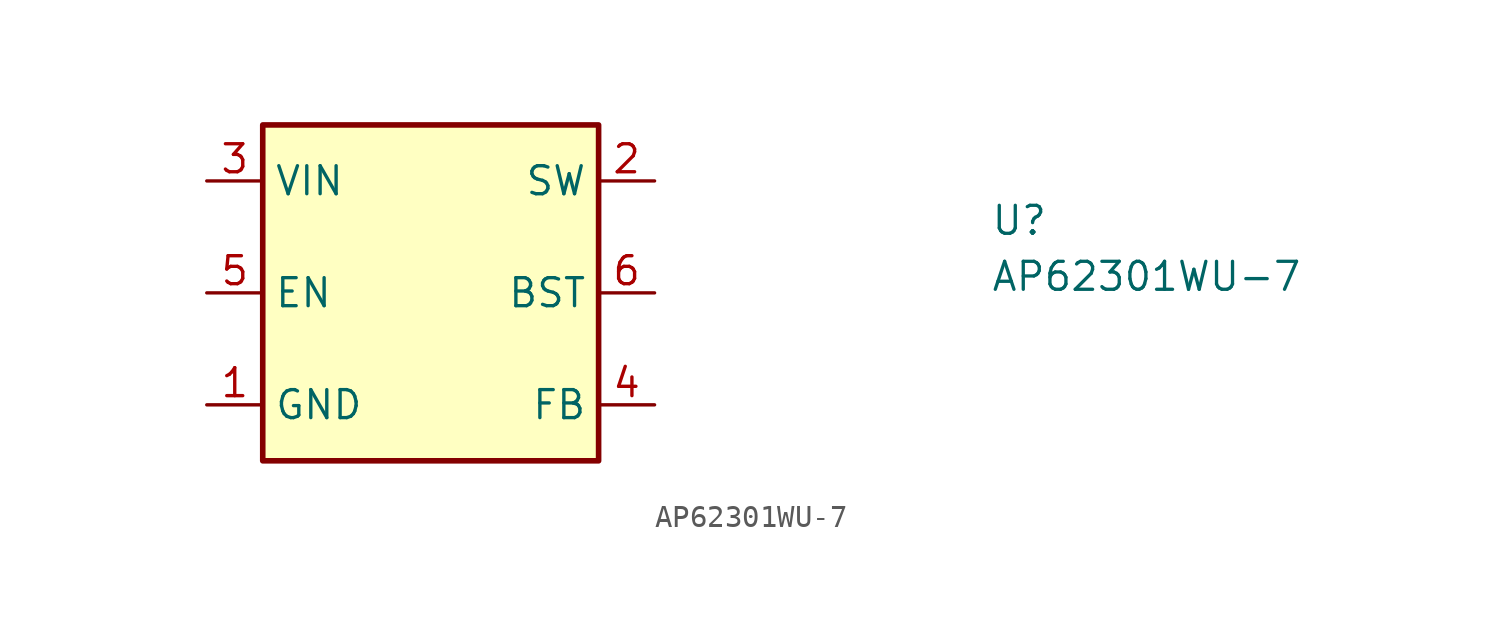
<source format=kicad_sym>
(kicad_symbol_lib
  (version 20211014)
  (generator kicad_symbol_editor)
  (symbol "AP62301WU-7"
    (property "Reference" "U"
      (at 35.56 7.62 0)
      (effects (font (size 1.27 1.27) (thickness 0.15)) (justify left bottom)))
    (property "Value" "AP62301WU-7"
      (at 35.56 5.08 0)
      (effects (font (size 1.27 1.27) (thickness 0.15)) (justify left bottom)))
    (symbol "AP62301WU-7_1_1"
      (rectangle (start 2.54 12.7) (end 17.78 -2.54) (stroke (width 0.254) (type default) (color 0 0 0 0)) (fill (type background)))
      (pin power_in line (at 0 0 0) (length 2.54) (name "GND" (effects (font (size 1.27 1.27)))) (number "1" (effects (font (size 1.27 1.27)))))
      (pin power_out line (at 20.32 10.16 180) (length 2.54) (name "SW" (effects (font (size 1.27 1.27)))) (number "2" (effects (font (size 1.27 1.27)))))
      (pin power_in line (at 0 10.16 0) (length 2.54) (name "VIN" (effects (font (size 1.27 1.27)))) (number "3" (effects (font (size 1.27 1.27)))))
      (pin input line (at 20.32 0 180) (length 2.54) (name "FB" (effects (font (size 1.27 1.27)))) (number "4" (effects (font (size 1.27 1.27)))))
      (pin input line (at 0 5.08 0) (length 2.54) (name "EN" (effects (font (size 1.27 1.27)))) (number "5" (effects (font (size 1.27 1.27)))))
      (pin output line (at 20.32 5.08 180) (length 2.54) (name "BST" (effects (font (size 1.27 1.27)))) (number "6" (effects (font (size 1.27 1.27))))))))
</source>
